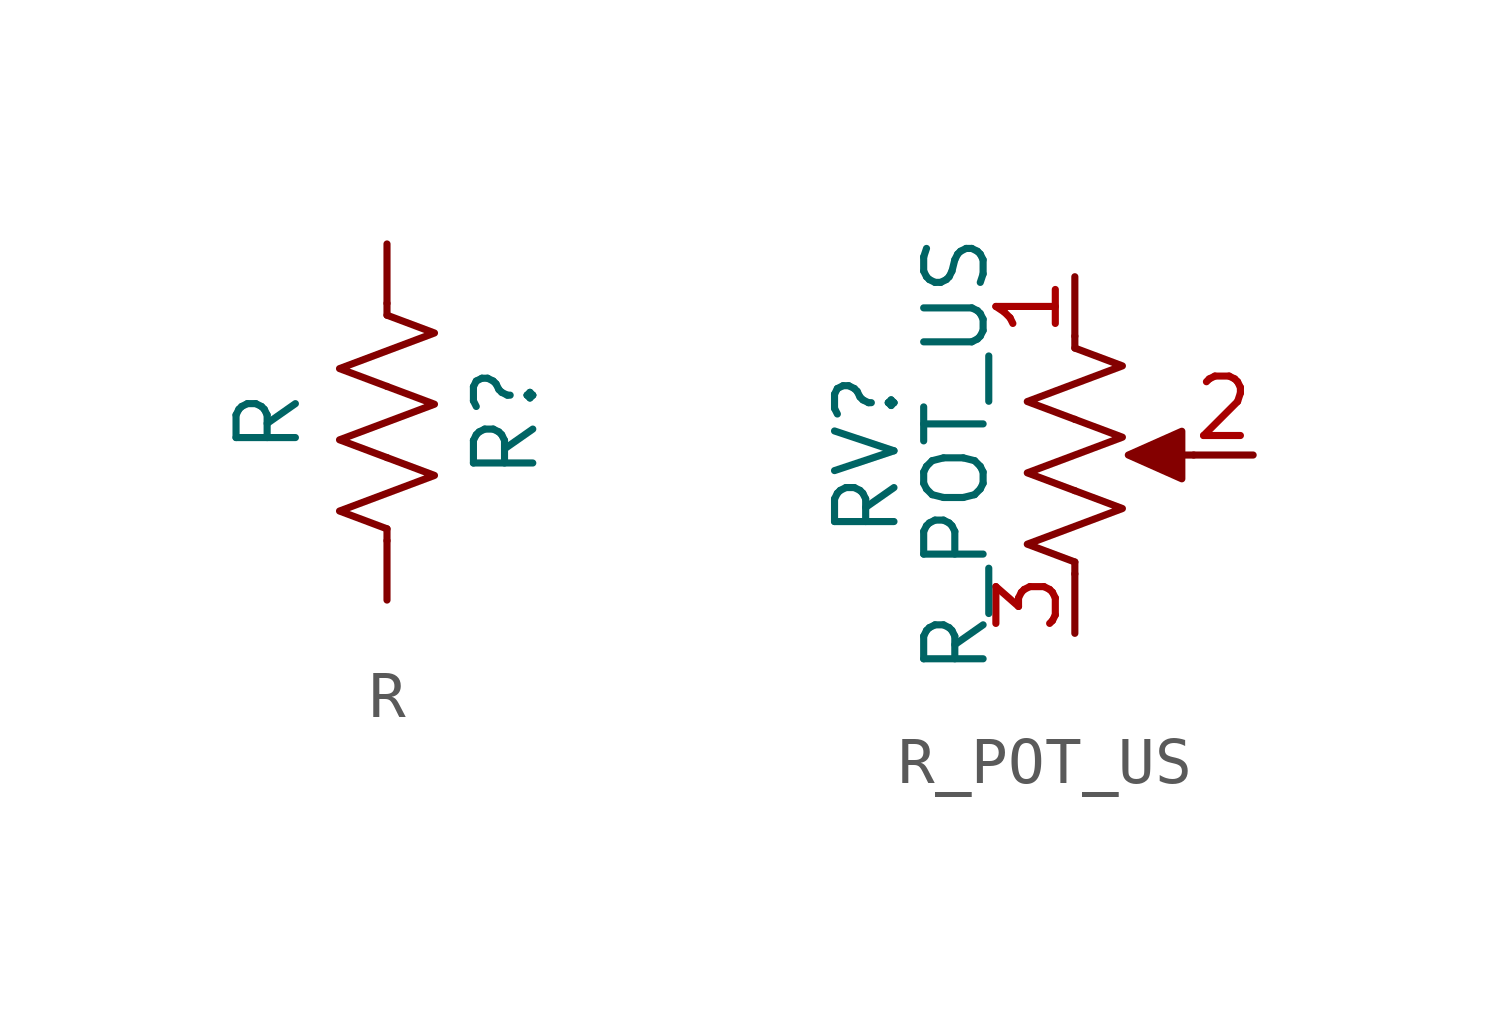
<source format=kicad_sym>
(kicad_symbol_lib
  (version 20220914)
  (generator kicad_symbol_editor)
  (symbol "R"
    (pin_numbers hide)
    (pin_names
      (offset 0))
    (property "Reference" "R"
      (at 2.54 0 90)
      (effects (font (size 1.27 1.27))))
    (property "Value" "R"
      (at -2.54 0 90)
      (effects (font (size 1.27 1.27))))
    (symbol "R_0_1"
      (polyline (pts (xy 0 -2.286) (xy 0 -2.54)) (stroke (width 0) (type default)) (fill (type none)))
      (polyline (pts (xy 0 2.286) (xy 0 2.54)) (stroke (width 0) (type default)) (fill (type none)))
      (polyline (pts (xy 0 -0.762) (xy 1.016 -1.143) (xy 0 -1.524) (xy -1.016 -1.905) (xy 0 -2.286)) (stroke (width 0) (type default)) (fill (type none)))
      (polyline (pts (xy 0 0.762) (xy 1.016 0.381) (xy 0 0) (xy -1.016 -0.381) (xy 0 -0.762)) (stroke (width 0) (type default)) (fill (type none)))
      (polyline (pts (xy 0 2.286) (xy 1.016 1.905) (xy 0 1.524) (xy -1.016 1.143) (xy 0 0.762)) (stroke (width 0) (type default)) (fill (type none))))
    (symbol "R_1_1"
      (pin passive line (at 0 3.81 270) (length 1.27) (name "~" (effects (font (size 1.27 1.27)))) (number "1" (effects (font (size 1.27 1.27)))))
      (pin passive line (at 0 -3.81 90) (length 1.27) (name "~" (effects (font (size 1.27 1.27)))) (number "2" (effects (font (size 1.27 1.27)))))))
  (symbol "R_POT_US"
    (pin_names
      (offset 1.016) hide)
    (property "Reference" "RV"
      (at -4.445 0 90)
      (effects (font (size 1.27 1.27))))
    (property "Value" "R_POT_US"
      (at -2.54 0 90)
      (effects (font (size 1.27 1.27))))
    (symbol "R_POT_US_0_1"
      (polyline (pts (xy 0 -2.286) (xy 0 -2.54)) (stroke (width 0) (type default)) (fill (type none)))
      (polyline (pts (xy 0 2.54) (xy 0 2.286)) (stroke (width 0) (type default)) (fill (type none)))
      (polyline (pts (xy 2.54 0) (xy 1.524 0)) (stroke (width 0) (type default)) (fill (type none)))
      (polyline (pts (xy 1.143 0) (xy 2.286 0.508) (xy 2.286 -0.508) (xy 1.143 0)) (stroke (width 0) (type default)) (fill (type outline)))
      (polyline (pts (xy 0 -0.762) (xy 1.016 -1.143) (xy 0 -1.524) (xy -1.016 -1.905) (xy 0 -2.286)) (stroke (width 0) (type default)) (fill (type none)))
      (polyline (pts (xy 0 0.762) (xy 1.016 0.381) (xy 0 0) (xy -1.016 -0.381) (xy 0 -0.762)) (stroke (width 0) (type default)) (fill (type none)))
      (polyline (pts (xy 0 2.286) (xy 1.016 1.905) (xy 0 1.524) (xy -1.016 1.143) (xy 0 0.762)) (stroke (width 0) (type default)) (fill (type none))))
    (symbol "R_POT_US_1_1"
      (pin passive line (at 0 3.81 270) (length 1.27) (name "1" (effects (font (size 1.27 1.27)))) (number "1" (effects (font (size 1.27 1.27)))))
      (pin passive line (at 3.81 0 180) (length 1.27) (name "2" (effects (font (size 1.27 1.27)))) (number "2" (effects (font (size 1.27 1.27)))))
      (pin passive line (at 0 -3.81 90) (length 1.27) (name "3" (effects (font (size 1.27 1.27)))) (number "3" (effects (font (size 1.27 1.27))))))))
</source>
